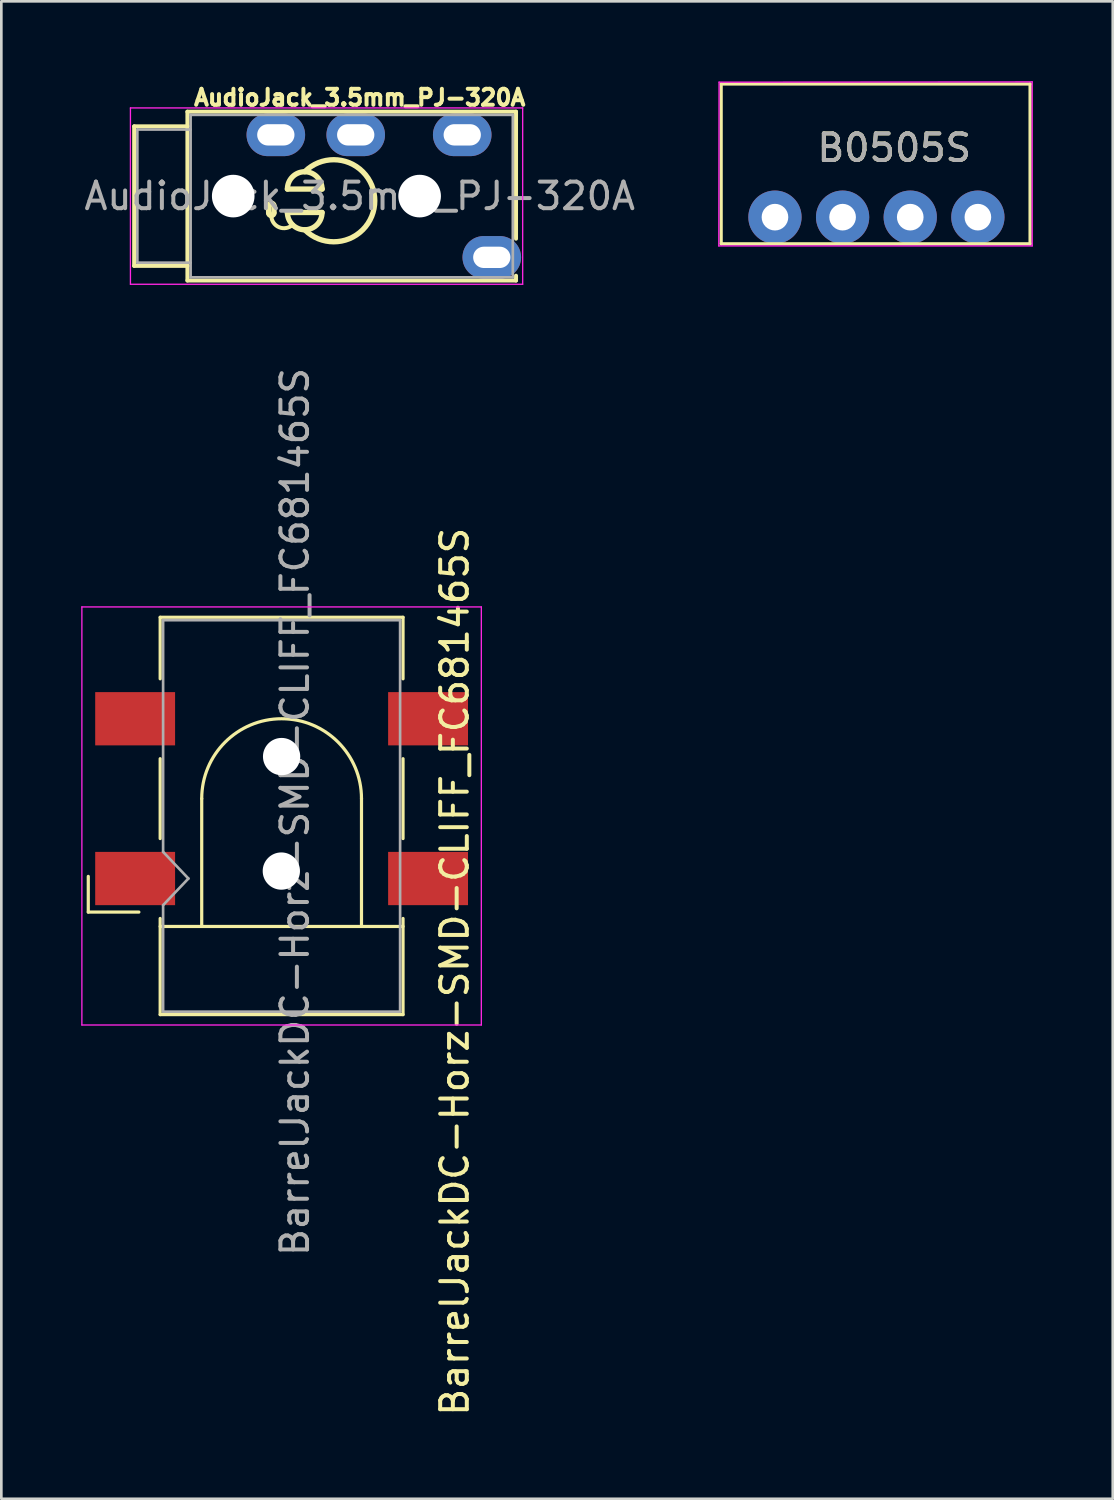
<source format=kicad_pcb>
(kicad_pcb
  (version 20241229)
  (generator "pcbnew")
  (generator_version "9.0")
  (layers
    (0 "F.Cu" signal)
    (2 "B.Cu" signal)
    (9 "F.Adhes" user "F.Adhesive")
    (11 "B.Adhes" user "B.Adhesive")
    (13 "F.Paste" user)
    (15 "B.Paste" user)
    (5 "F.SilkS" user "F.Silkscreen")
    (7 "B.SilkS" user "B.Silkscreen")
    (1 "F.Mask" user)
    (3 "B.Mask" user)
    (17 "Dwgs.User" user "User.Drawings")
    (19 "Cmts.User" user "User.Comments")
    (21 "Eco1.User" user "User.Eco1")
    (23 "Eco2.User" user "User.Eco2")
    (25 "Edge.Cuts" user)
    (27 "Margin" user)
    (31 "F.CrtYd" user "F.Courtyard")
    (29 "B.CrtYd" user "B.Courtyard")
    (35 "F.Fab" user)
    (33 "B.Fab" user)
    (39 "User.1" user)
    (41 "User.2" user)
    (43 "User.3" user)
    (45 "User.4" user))
  (footprint "AudioJack_3.5mm_PJ-320A"
    (layer "F.Cu")
    (at 10.458 4.314)
    (property "Reference" "AudioJack_3.5mm_PJ-320A" (at 0 -3.7 0) (unlocked yes) (layer "F.SilkS") (effects (font (size 0.6 0.6) (thickness 0.15))))
    (attr through_hole)
    (fp_line (start -8.47 -2.62) (end -6.47 -2.62) (stroke (width 0.15) (type solid)) (layer "F.SilkS"))
    (fp_line (start -8.47 2.62) (end -8.47 -2.62) (stroke (width 0.15) (type solid)) (layer "F.SilkS"))
    (fp_line (start -6.47 -3.17) (end 5.87 -3.17) (stroke (width 0.15) (type solid)) (layer "F.SilkS"))
    (fp_line (start -6.47 -2.63) (end -6.47 2.62) (stroke (width 0.15) (type solid)) (layer "F.SilkS"))
    (fp_line (start -6.47 -2.62) (end -6.47 -3.17) (stroke (width 0.15) (type solid)) (layer "F.SilkS"))
    (fp_line (start -6.47 2.62) (end -8.47 2.62) (stroke (width 0.15) (type solid)) (layer "F.SilkS"))
    (fp_line (start -6.47 3.17) (end -6.47 2.62) (stroke (width 0.15) (type solid)) (layer "F.SilkS"))
    (fp_line (start -3.42 0.367) (end -3.42 0.631) (stroke (width 0.2) (type solid)) (layer "F.SilkS"))
    (fp_line (start -3.22 0.367) (end -3.22 0.631) (stroke (width 0.2) (type solid)) (layer "F.SilkS"))
    (fp_line (start -2.721 0.615) (end -1.415 0.615) (stroke (width 0.2) (type solid)) (layer "F.SilkS"))
    (fp_line (start -1.409 -0.265) (end -2.715 -0.265) (stroke (width 0.2) (type solid)) (layer "F.SilkS"))
    (fp_line (start 5.87 -3.17) (end 5.87 1.49) (stroke (width 0.15) (type solid)) (layer "F.SilkS"))
    (fp_line (start 5.87 1.49) (end 5.87 1.6) (stroke (width 0.15) (type solid)) (layer "F.SilkS"))
    (fp_line (start 5.87 3.17) (end -6.47 3.17) (stroke (width 0.15) (type solid)) (layer "F.SilkS"))
    (fp_line (start 5.87 3.17) (end 5.87 2.99) (stroke (width 0.15) (type solid)) (layer "F.SilkS"))
    (fp_arc (start -3.419759 0.36681) (mid -3.319759 0.26681) (end -3.219759 0.36681) (stroke (width 0.2) (type solid)) (layer "F.SilkS"))
    (fp_arc (start -3.219759 0.630934) (mid -3.319759 0.730934) (end -3.419759 0.630934) (stroke (width 0.2) (type solid)) (layer "F.SilkS"))
    (fp_arc (start -2.714734 -0.264734) (mid -2.064734 -0.914734) (end -1.414734 -0.264734) (stroke (width 0.2) (type solid)) (layer "F.SilkS"))
    (fp_arc (start -2.508883 1.06681) (mid -3.026534 1.169777) (end -3.319759 0.730934) (stroke (width 0.15) (type solid)) (layer "F.SilkS"))
    (fp_arc (start -2.064734 -0.914734) (mid 0.566117 0.175) (end -2.064734 1.264734) (stroke (width 0.2) (type solid)) (layer "F.SilkS"))
    (fp_arc (start -1.414734 0.614734) (mid -2.064734 1.264734) (end -2.714734 0.614734) (stroke (width 0.2) (type solid)) (layer "F.SilkS"))
    (fp_line (start -8.61 -3.31) (end -8.61 3.31) (stroke (width 0.05) (type solid)) (layer "F.CrtYd"))
    (fp_line (start -8.61 3.31) (end 6.12 3.31) (stroke (width 0.05) (type solid)) (layer "F.CrtYd"))
    (fp_line (start 6.12 -3.31) (end -8.61 -3.31) (stroke (width 0.05) (type solid)) (layer "F.CrtYd"))
    (fp_line (start 6.12 3.31) (end 6.12 -3.31) (stroke (width 0.05) (type solid)) (layer "F.CrtYd"))
    (fp_line (start -8.35 -2.5) (end -6.35 -2.5) (stroke (width 0.1) (type solid)) (layer "F.Fab"))
    (fp_line (start -8.35 2.5) (end -8.35 -2.5) (stroke (width 0.1) (type solid)) (layer "F.Fab"))
    (fp_line (start -6.35 -3.05) (end 5.75 -3.05) (stroke (width 0.1) (type solid)) (layer "F.Fab"))
    (fp_line (start -6.35 2.5) (end -8.35 2.5) (stroke (width 0.1) (type solid)) (layer "F.Fab"))
    (fp_line (start -6.35 3.05) (end -6.35 -3.05) (stroke (width 0.1) (type solid)) (layer "F.Fab"))
    (fp_line (start 5.75 -3.05) (end 5.75 3.05) (stroke (width 0.1) (type solid)) (layer "F.Fab"))
    (fp_line (start 5.75 3.05) (end -6.35 3.05) (stroke (width 0.1) (type solid)) (layer "F.Fab"))
    (fp_text user "${REFERENCE}" (at 0 0 0) (unlocked yes) (layer "F.Fab") (effects (font (size 1 1) (thickness 0.15))))
    (pad "" np_thru_hole circle (at -4.75 0) (size 1.6 1.6) (drill 1.6) (layers "*.Cu" "*.Mask"))
    (pad "" np_thru_hole circle (at 2.25 0) (size 1.6 1.6) (drill 1.6) (layers "*.Cu" "*.Mask"))
    (pad "R1" thru_hole oval (at -0.15 -2.3 90) (size 1.6 2.2) (drill oval 0.8 1.4) (layers "*.Cu" "*.Mask"))
    (pad "R2" thru_hole oval (at -3.15 -2.3 90) (size 1.6 2.2) (drill oval 0.8 1.4) (layers "*.Cu" "*.Mask"))
    (pad "S" thru_hole oval (at 4.96 2.3 90) (size 1.6 2.2) (drill oval 0.8 1.4) (layers "*.Cu" "*.Mask"))
    (pad "T" thru_hole oval (at 3.85 -2.3 90) (size 1.6 2.2) (drill oval 0.8 1.4) (layers "*.Cu" "*.Mask")))
  (footprint "BarrelJackDC-Horz-SMD-CLIFF_FC681465S"
    (layer "F.Cu")
    (at 7.515 27.461)
    (property "Reference" "BarrelJackDC-Horz-SMD-CLIFF_FC681465S" (at 6.51 5.98 270) (layer "F.SilkS") (effects (font (size 1 1) (thickness 0.15))))
    (attr smd)
    (fp_line (start -7.25 2.4) (end -7.25 3.74) (stroke (width 0.12) (type solid)) (layer "F.SilkS"))
    (fp_line (start -7.25 3.74) (end -5.35 3.74) (stroke (width 0.12) (type solid)) (layer "F.SilkS"))
    (fp_line (start -4.55 -5.02) (end -4.55 -7.33) (stroke (width 0.12) (type solid)) (layer "F.SilkS"))
    (fp_line (start -4.55 0.98) (end -4.55 -2.02) (stroke (width 0.12) (type solid)) (layer "F.SilkS"))
    (fp_line (start -4.55 7.59) (end -4.55 3.98) (stroke (width 0.12) (type solid)) (layer "F.SilkS"))
    (fp_line (start -2.99 4.28) (end -2.99 -0.52) (stroke (width 0.12) (type solid)) (layer "F.SilkS"))
    (fp_line (start 3.01 4.28) (end 3.01 -0.52) (stroke (width 0.12) (type solid)) (layer "F.SilkS"))
    (fp_line (start 4.57 -7.33) (end -4.55 -7.33) (stroke (width 0.12) (type solid)) (layer "F.SilkS"))
    (fp_line (start 4.57 -5.02) (end 4.57 -7.33) (stroke (width 0.12) (type solid)) (layer "F.SilkS"))
    (fp_line (start 4.57 0.98) (end 4.57 -2.02) (stroke (width 0.12) (type solid)) (layer "F.SilkS"))
    (fp_line (start 4.57 4.28) (end -4.55 4.28) (stroke (width 0.12) (type solid)) (layer "F.SilkS"))
    (fp_line (start 4.57 7.59) (end -4.55 7.59) (stroke (width 0.12) (type solid)) (layer "F.SilkS"))
    (fp_line (start 4.57 7.59) (end 4.57 3.98) (stroke (width 0.12) (type solid)) (layer "F.SilkS"))
    (fp_arc (start -2.99 -0.52) (mid 0.01 -3.52) (end 3.01 -0.52) (stroke (width 0.12) (type solid)) (layer "F.SilkS"))
    (fp_line (start -7.49 7.98) (end -7.49 -7.72) (stroke (width 0.05) (type solid)) (layer "F.CrtYd"))
    (fp_line (start 7.51 -7.72) (end -7.49 -7.72) (stroke (width 0.05) (type solid)) (layer "F.CrtYd"))
    (fp_line (start 7.51 7.98) (end -7.49 7.98) (stroke (width 0.05) (type solid)) (layer "F.CrtYd"))
    (fp_line (start 7.51 7.98) (end 7.51 -7.72) (stroke (width 0.05) (type solid)) (layer "F.CrtYd"))
    (fp_line (start -4.44 1.48) (end -4.44 -7.22) (stroke (width 0.1) (type solid)) (layer "F.Fab"))
    (fp_line (start -4.44 3.48) (end -3.49 2.48) (stroke (width 0.1) (type solid)) (layer "F.Fab"))
    (fp_line (start -4.44 7.48) (end -4.44 3.48) (stroke (width 0.1) (type solid)) (layer "F.Fab"))
    (fp_line (start -3.49 2.48) (end -4.44 1.48) (stroke (width 0.1) (type solid)) (layer "F.Fab"))
    (fp_line (start 4.46 -7.22) (end -4.44 -7.22) (stroke (width 0.1) (type solid)) (layer "F.Fab"))
    (fp_line (start 4.46 7.48) (end -4.44 7.48) (stroke (width 0.1) (type solid)) (layer "F.Fab"))
    (fp_line (start 4.46 7.48) (end 4.46 -7.22) (stroke (width 0.1) (type solid)) (layer "F.Fab"))
    (fp_text user "${REFERENCE}" (at 0.51 -0.02 270) (layer "F.Fab") (effects (font (size 1 1) (thickness 0.15))))
    (pad "" np_thru_hole circle (at 0 2.2 180) (size 1.4 1.4) (drill 1.4) (layers "*.Cu" "*.Mask"))
    (pad "" np_thru_hole circle (at 0.01 -2.1 180) (size 1.4 1.4) (drill 1.4) (layers "*.Cu" "*.Mask"))
    (pad "1" smd rect (at -5.49 -3.52 180) (size 3 2) (layers "F.Cu" "F.Mask" "F.Paste"))
    (pad "1" smd rect (at -5.49 2.48 180) (size 3 2) (layers "F.Cu" "F.Mask" "F.Paste"))
    (pad "2" smd rect (at 5.51 -3.52 180) (size 3 2) (layers "F.Cu" "F.Mask" "F.Paste"))
    (pad "3" smd rect (at 5.51 2.48 180) (size 3 2) (layers "F.Cu" "F.Mask" "F.Paste")))
  (footprint "B0505S"
    (layer "F.Cu")
    (at 26.052 5.105)
    (property "Reference" "B0505S" (at 4.48 -2.6 0) (unlocked yes) (layer "F.SilkS") (effects (font (size 1 1) (thickness 0.15))))
    (attr through_hole)
    (fp_line (start -2.02 -5) (end 9.58 -5) (stroke (width 0.12) (type solid)) (layer "F.SilkS"))
    (fp_line (start -2.02 1) (end -2.02 -5) (stroke (width 0.12) (type solid)) (layer "F.SilkS"))
    (fp_line (start 9.58 -5) (end 9.58 1) (stroke (width 0.12) (type solid)) (layer "F.SilkS"))
    (fp_line (start 9.58 1) (end -2.02 1) (stroke (width 0.12) (type solid)) (layer "F.SilkS"))
    (fp_line (start -2.11 1.08) (end -2.1 -5.07) (stroke (width 0.05) (type solid)) (layer "F.CrtYd"))
    (fp_line (start -2.1 -5.07) (end 9.66 -5.08) (stroke (width 0.05) (type solid)) (layer "F.CrtYd"))
    (fp_line (start 9.66 -5.08) (end 9.66 1.08) (stroke (width 0.05) (type solid)) (layer "F.CrtYd"))
    (fp_line (start 9.66 1.08) (end -2.11 1.08) (stroke (width 0.05) (type solid)) (layer "F.CrtYd"))
    (fp_text user "${REFERENCE}" (at 4.48 -2.6 0) (unlocked yes) (layer "F.Fab") (effects (font (size 1 1) (thickness 0.15))))
    (pad "1" thru_hole circle (at 0 0) (size 2 2) (drill 1) (layers "*.Cu" "*.Mask"))
    (pad "2" thru_hole circle (at 2.54 0) (size 2 2) (drill 1) (layers "*.Cu" "*.Mask"))
    (pad "3" thru_hole circle (at 5.08 0) (size 2 2) (drill 1) (layers "*.Cu" "*.Mask"))
    (pad "4" thru_hole circle (at 7.62 0) (size 2 2) (drill 1) (layers "*.Cu" "*.Mask")))
  (gr_rect
    (start -3 -3)
    (end 38.737 53.233)
    (stroke (width 0.1) (type default))
    (fill no)
    (layer "Edge.Cuts")))
</source>
